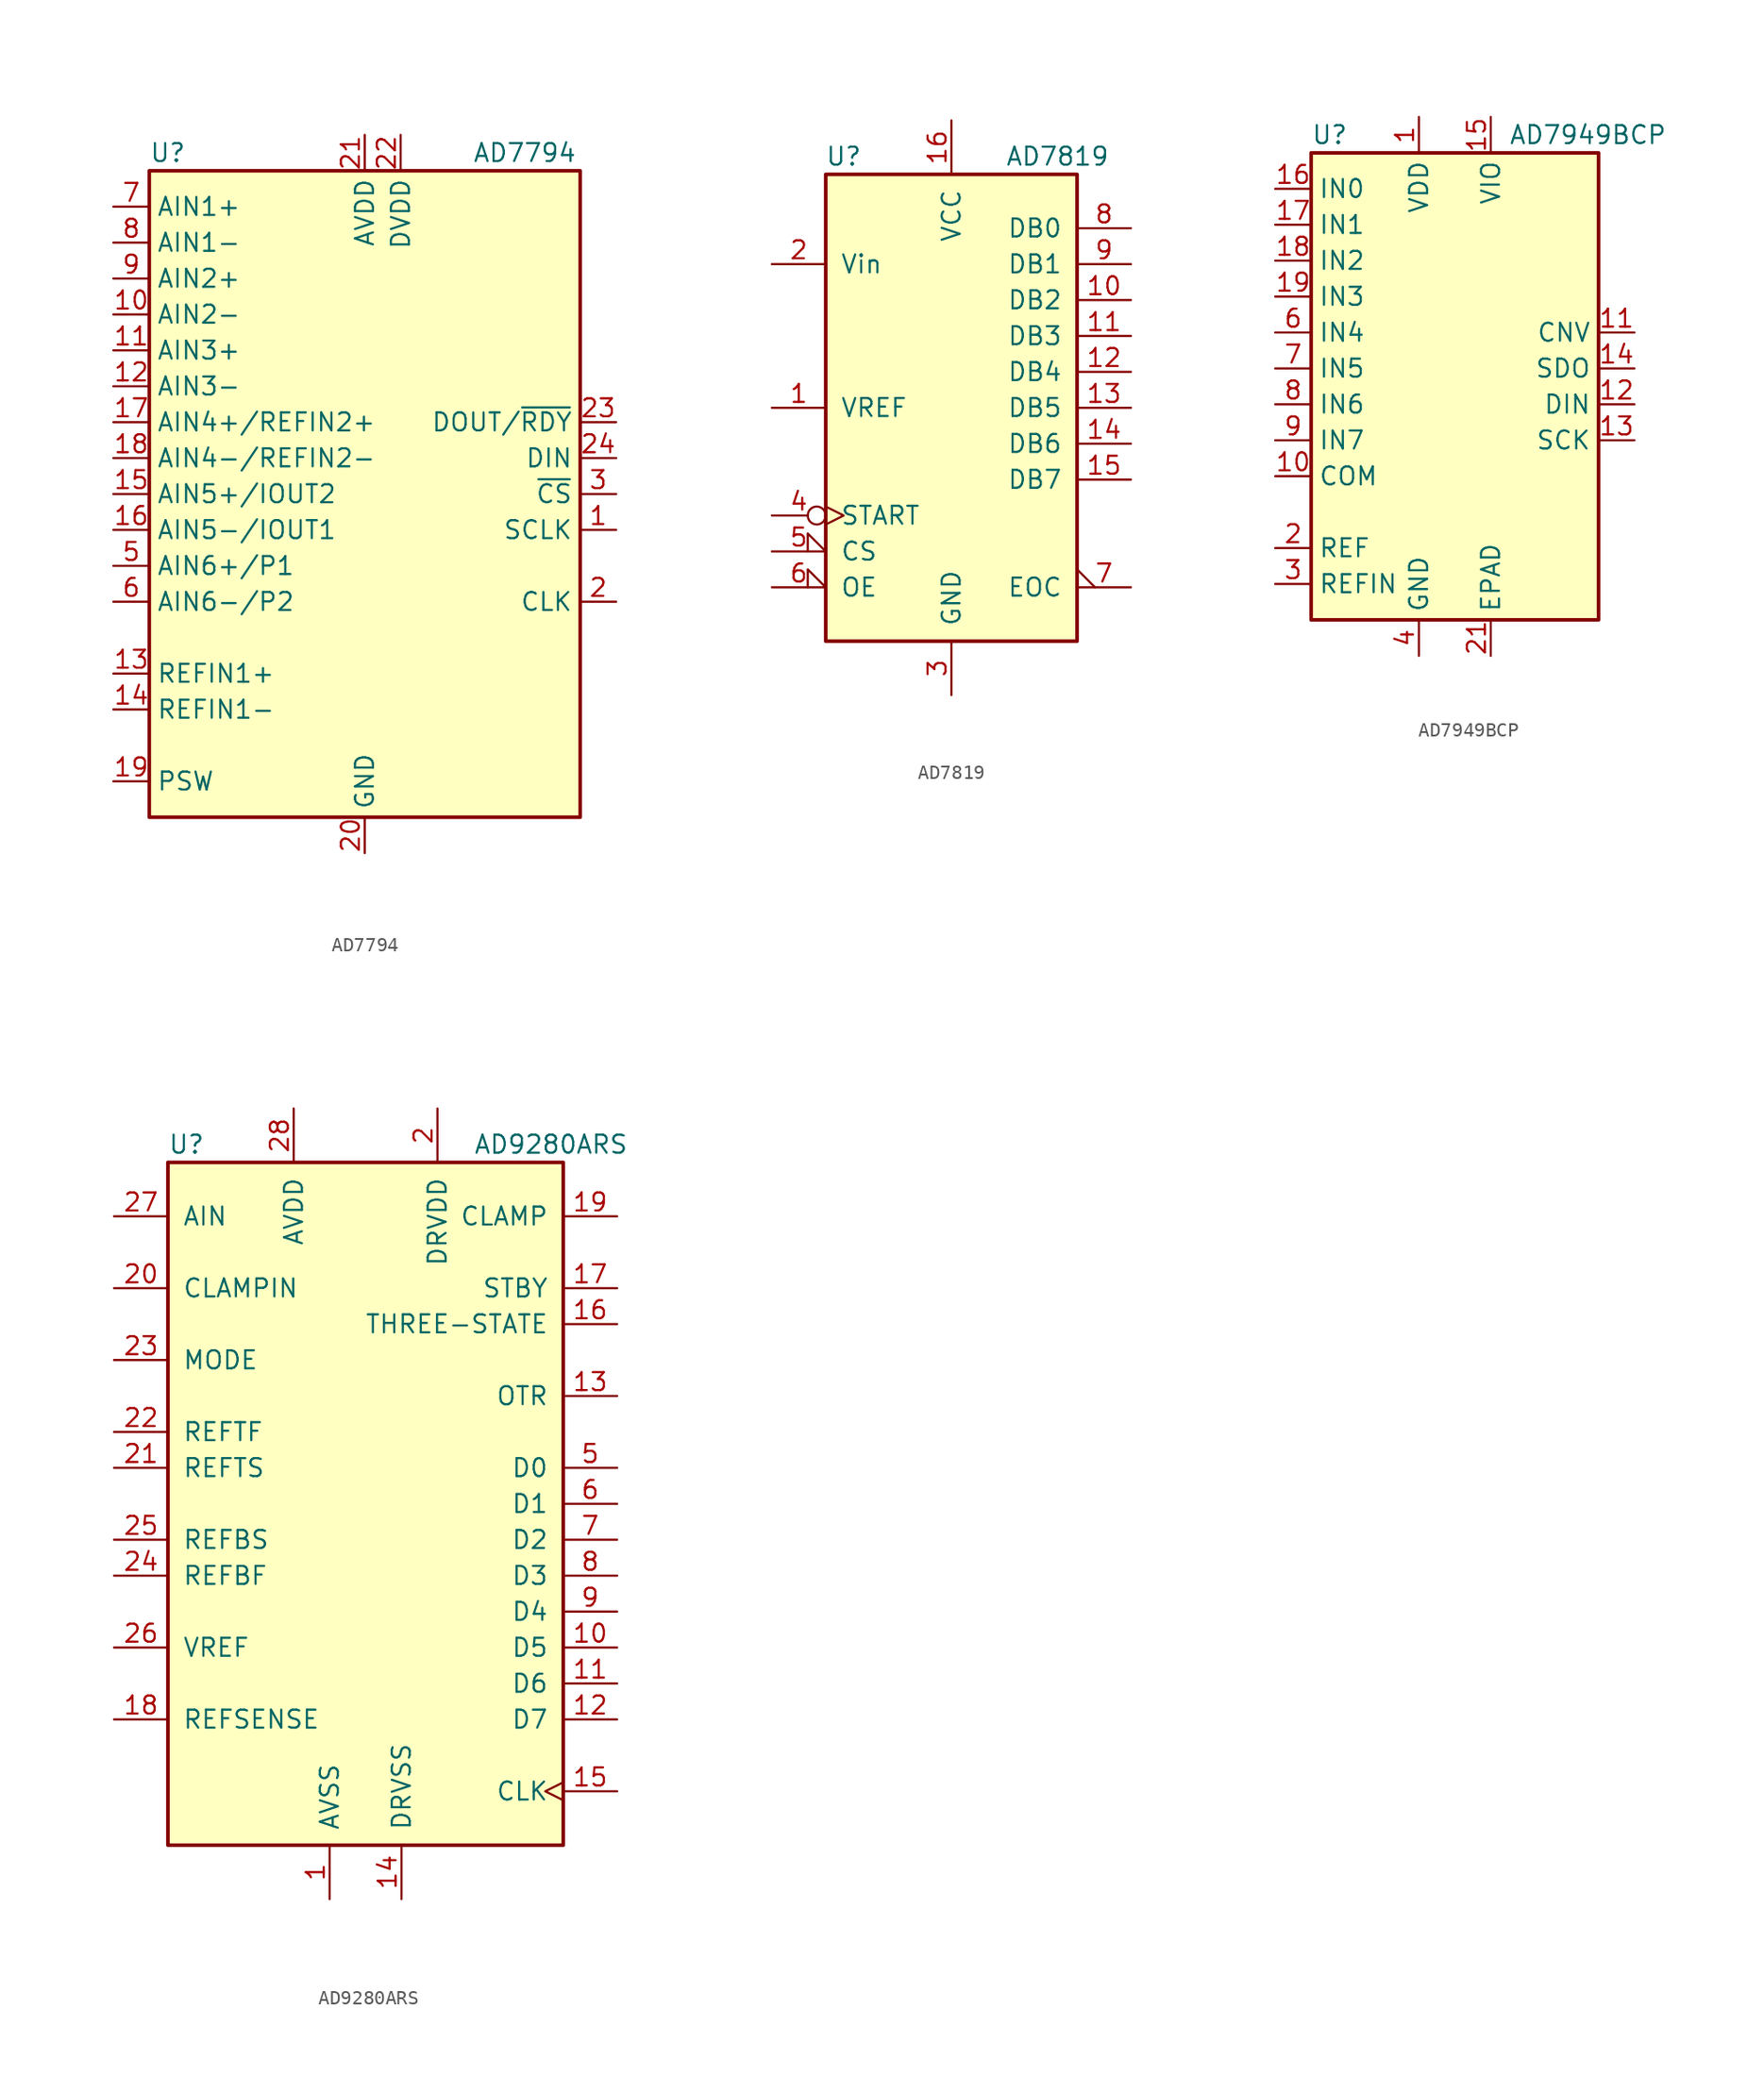
<source format=kicad_sym>
(kicad_symbol_lib
  (version 20201005)
  (generator kicad_symbol_editor)
  (symbol "Analog_ADC:AD7794"
    (property "Reference" "U"
      (at -15.24 24.13 0)
      (effects (font (size 1.27 1.27)) (justify left)))
    (property "Value" "AD7794"
      (at 7.62 24.13 0)
      (effects (font (size 1.27 1.27)) (justify left)))
    (symbol "AD7794_0_1"
      (rectangle (start -15.24 22.86) (end 15.24 -22.86) (stroke (width 0.254)) (fill (type background))))
    (symbol "AD7794_1_1"
      (pin input line (at 17.78 -2.54 180) (length 2.54) (name "SCLK" (effects (font (size 1.27 1.27)))) (number "1" (effects (font (size 1.27 1.27)))))
      (pin input line (at -17.78 12.7 0) (length 2.54) (name "AIN2-" (effects (font (size 1.27 1.27)))) (number "10" (effects (font (size 1.27 1.27)))))
      (pin input line (at -17.78 10.16 0) (length 2.54) (name "AIN3+" (effects (font (size 1.27 1.27)))) (number "11" (effects (font (size 1.27 1.27)))))
      (pin input line (at -17.78 7.62 0) (length 2.54) (name "AIN3-" (effects (font (size 1.27 1.27)))) (number "12" (effects (font (size 1.27 1.27)))))
      (pin input line (at -17.78 -12.7 0) (length 2.54) (name "REFIN1+" (effects (font (size 1.27 1.27)))) (number "13" (effects (font (size 1.27 1.27)))))
      (pin input line (at -17.78 -15.24 0) (length 2.54) (name "REFIN1-" (effects (font (size 1.27 1.27)))) (number "14" (effects (font (size 1.27 1.27)))))
      (pin input line (at -17.78 0 0) (length 2.54) (name "AIN5+/IOUT2" (effects (font (size 1.27 1.27)))) (number "15" (effects (font (size 1.27 1.27)))))
      (pin input line (at -17.78 -2.54 0) (length 2.54) (name "AIN5-/IOUT1" (effects (font (size 1.27 1.27)))) (number "16" (effects (font (size 1.27 1.27)))))
      (pin input line (at -17.78 5.08 0) (length 2.54) (name "AIN4+/REFIN2+" (effects (font (size 1.27 1.27)))) (number "17" (effects (font (size 1.27 1.27)))))
      (pin input line (at -17.78 2.54 0) (length 2.54) (name "AIN4-/REFIN2-" (effects (font (size 1.27 1.27)))) (number "18" (effects (font (size 1.27 1.27)))))
      (pin passive line (at -17.78 -20.32 0) (length 2.54) (name "PSW" (effects (font (size 1.27 1.27)))) (number "19" (effects (font (size 1.27 1.27)))))
      (pin bidirectional line (at 17.78 -7.62 180) (length 2.54) (name "CLK" (effects (font (size 1.27 1.27)))) (number "2" (effects (font (size 1.27 1.27)))))
      (pin power_in line (at 0 -25.4 90) (length 2.54) (name "GND" (effects (font (size 1.27 1.27)))) (number "20" (effects (font (size 1.27 1.27)))))
      (pin power_in line (at 0 25.4 270) (length 2.54) (name "AVDD" (effects (font (size 1.27 1.27)))) (number "21" (effects (font (size 1.27 1.27)))))
      (pin power_in line (at 2.54 25.4 270) (length 2.54) (name "DVDD" (effects (font (size 1.27 1.27)))) (number "22" (effects (font (size 1.27 1.27)))))
      (pin output line (at 17.78 5.08 180) (length 2.54) (name "DOUT/~RDY" (effects (font (size 1.27 1.27)))) (number "23" (effects (font (size 1.27 1.27)))))
      (pin input line (at 17.78 2.54 180) (length 2.54) (name "DIN" (effects (font (size 1.27 1.27)))) (number "24" (effects (font (size 1.27 1.27)))))
      (pin input line (at 17.78 0 180) (length 2.54) (name "~CS" (effects (font (size 1.27 1.27)))) (number "3" (effects (font (size 1.27 1.27)))))
      (pin no_connect line (at 15.24 -20.32 180) (length 2.54) hide (name "NC" (effects (font (size 1.27 1.27)))) (number "4" (effects (font (size 1.27 1.27)))))
      (pin input line (at -17.78 -5.08 0) (length 2.54) (name "AIN6+/P1" (effects (font (size 1.27 1.27)))) (number "5" (effects (font (size 1.27 1.27)))))
      (pin input line (at -17.78 -7.62 0) (length 2.54) (name "AIN6-/P2" (effects (font (size 1.27 1.27)))) (number "6" (effects (font (size 1.27 1.27)))))
      (pin input line (at -17.78 20.32 0) (length 2.54) (name "AIN1+" (effects (font (size 1.27 1.27)))) (number "7" (effects (font (size 1.27 1.27)))))
      (pin input line (at -17.78 17.78 0) (length 2.54) (name "AIN1-" (effects (font (size 1.27 1.27)))) (number "8" (effects (font (size 1.27 1.27)))))
      (pin input line (at -17.78 15.24 0) (length 2.54) (name "AIN2+" (effects (font (size 1.27 1.27)))) (number "9" (effects (font (size 1.27 1.27)))))))
  (symbol "Analog_ADC:AD7819"
    (pin_names
      (offset 1.016))
    (property "Reference" "U"
      (at -7.62 17.78 0)
      (effects (font (size 1.27 1.27))))
    (property "Value" "AD7819"
      (at 3.81 17.78 0)
      (effects (font (size 1.27 1.27)) (justify left)))
    (symbol "AD7819_0_1"
      (rectangle (start -8.89 -16.51) (end 8.89 16.51) (stroke (width 0.254)) (fill (type background))))
    (symbol "AD7819_1_1"
      (pin input line (at -12.7 0 0) (length 3.81) (name "VREF" (effects (font (size 1.27 1.27)))) (number "1" (effects (font (size 1.27 1.27)))))
      (pin tri_state line (at 12.7 7.62 180) (length 3.81) (name "DB2" (effects (font (size 1.27 1.27)))) (number "10" (effects (font (size 1.27 1.27)))))
      (pin tri_state line (at 12.7 5.08 180) (length 3.81) (name "DB3" (effects (font (size 1.27 1.27)))) (number "11" (effects (font (size 1.27 1.27)))))
      (pin tri_state line (at 12.7 2.54 180) (length 3.81) (name "DB4" (effects (font (size 1.27 1.27)))) (number "12" (effects (font (size 1.27 1.27)))))
      (pin tri_state line (at 12.7 0 180) (length 3.81) (name "DB5" (effects (font (size 1.27 1.27)))) (number "13" (effects (font (size 1.27 1.27)))))
      (pin tri_state line (at 12.7 -2.54 180) (length 3.81) (name "DB6" (effects (font (size 1.27 1.27)))) (number "14" (effects (font (size 1.27 1.27)))))
      (pin tri_state line (at 12.7 -5.08 180) (length 3.81) (name "DB7" (effects (font (size 1.27 1.27)))) (number "15" (effects (font (size 1.27 1.27)))))
      (pin power_in line (at 0 20.32 270) (length 3.81) (name "VCC" (effects (font (size 1.27 1.27)))) (number "16" (effects (font (size 1.27 1.27)))))
      (pin input line (at -12.7 10.16 0) (length 3.81) (name "Vin" (effects (font (size 1.27 1.27)))) (number "2" (effects (font (size 1.27 1.27)))))
      (pin power_in line (at 0 -20.32 90) (length 3.81) (name "GND" (effects (font (size 1.27 1.27)))) (number "3" (effects (font (size 1.27 1.27)))))
      (pin input inverted_clock (at -12.7 -7.62 0) (length 3.81) (name "START" (effects (font (size 1.27 1.27)))) (number "4" (effects (font (size 1.27 1.27)))))
      (pin input input_low (at -12.7 -10.16 0) (length 3.81) (name "CS" (effects (font (size 1.27 1.27)))) (number "5" (effects (font (size 1.27 1.27)))))
      (pin input input_low (at -12.7 -12.7 0) (length 3.81) (name "OE" (effects (font (size 1.27 1.27)))) (number "6" (effects (font (size 1.27 1.27)))))
      (pin output output_low (at 12.7 -12.7 180) (length 3.81) (name "EOC" (effects (font (size 1.27 1.27)))) (number "7" (effects (font (size 1.27 1.27)))))
      (pin tri_state line (at 12.7 12.7 180) (length 3.81) (name "DB0" (effects (font (size 1.27 1.27)))) (number "8" (effects (font (size 1.27 1.27)))))
      (pin tri_state line (at 12.7 10.16 180) (length 3.81) (name "DB1" (effects (font (size 1.27 1.27)))) (number "9" (effects (font (size 1.27 1.27)))))))
  (symbol "Analog_ADC:AD7949BCP"
    (property "Reference" "U"
      (at -10.16 16.51 0)
      (effects (font (size 1.27 1.27)) (justify left)))
    (property "Value" "AD7949BCP"
      (at 3.81 16.51 0)
      (effects (font (size 1.27 1.27)) (justify left)))
    (symbol "AD7949BCP_0_1"
      (rectangle (start -10.16 15.24) (end 10.16 -17.78) (stroke (width 0.254)) (fill (type background))))
    (symbol "AD7949BCP_1_1"
      (pin power_in line (at -2.54 17.78 270) (length 2.54) (name "VDD" (effects (font (size 1.27 1.27)))) (number "1" (effects (font (size 1.27 1.27)))))
      (pin input line (at -12.7 -7.62 0) (length 2.54) (name "COM" (effects (font (size 1.27 1.27)))) (number "10" (effects (font (size 1.27 1.27)))))
      (pin input line (at 12.7 2.54 180) (length 2.54) (name "CNV" (effects (font (size 1.27 1.27)))) (number "11" (effects (font (size 1.27 1.27)))))
      (pin input line (at 12.7 -2.54 180) (length 2.54) (name "DIN" (effects (font (size 1.27 1.27)))) (number "12" (effects (font (size 1.27 1.27)))))
      (pin input line (at 12.7 -5.08 180) (length 2.54) (name "SCK" (effects (font (size 1.27 1.27)))) (number "13" (effects (font (size 1.27 1.27)))))
      (pin output line (at 12.7 0 180) (length 2.54) (name "SDO" (effects (font (size 1.27 1.27)))) (number "14" (effects (font (size 1.27 1.27)))))
      (pin power_in line (at 2.54 17.78 270) (length 2.54) (name "VIO" (effects (font (size 1.27 1.27)))) (number "15" (effects (font (size 1.27 1.27)))))
      (pin input line (at -12.7 12.7 0) (length 2.54) (name "IN0" (effects (font (size 1.27 1.27)))) (number "16" (effects (font (size 1.27 1.27)))))
      (pin input line (at -12.7 10.16 0) (length 2.54) (name "IN1" (effects (font (size 1.27 1.27)))) (number "17" (effects (font (size 1.27 1.27)))))
      (pin input line (at -12.7 7.62 0) (length 2.54) (name "IN2" (effects (font (size 1.27 1.27)))) (number "18" (effects (font (size 1.27 1.27)))))
      (pin input line (at -12.7 5.08 0) (length 2.54) (name "IN3" (effects (font (size 1.27 1.27)))) (number "19" (effects (font (size 1.27 1.27)))))
      (pin passive line (at -12.7 -12.7 0) (length 2.54) (name "REF" (effects (font (size 1.27 1.27)))) (number "2" (effects (font (size 1.27 1.27)))))
      (pin passive line (at -2.54 17.78 270) (length 2.54) hide (name "VDD" (effects (font (size 1.27 1.27)))) (number "20" (effects (font (size 1.27 1.27)))))
      (pin power_in line (at 2.54 -20.32 90) (length 2.54) (name "EPAD" (effects (font (size 1.27 1.27)))) (number "21" (effects (font (size 1.27 1.27)))))
      (pin passive line (at -12.7 -15.24 0) (length 2.54) (name "REFIN" (effects (font (size 1.27 1.27)))) (number "3" (effects (font (size 1.27 1.27)))))
      (pin power_in line (at -2.54 -20.32 90) (length 2.54) (name "GND" (effects (font (size 1.27 1.27)))) (number "4" (effects (font (size 1.27 1.27)))))
      (pin passive line (at -2.54 -20.32 90) (length 2.54) hide (name "GND" (effects (font (size 1.27 1.27)))) (number "5" (effects (font (size 1.27 1.27)))))
      (pin input line (at -12.7 2.54 0) (length 2.54) (name "IN4" (effects (font (size 1.27 1.27)))) (number "6" (effects (font (size 1.27 1.27)))))
      (pin input line (at -12.7 0 0) (length 2.54) (name "IN5" (effects (font (size 1.27 1.27)))) (number "7" (effects (font (size 1.27 1.27)))))
      (pin input line (at -12.7 -2.54 0) (length 2.54) (name "IN6" (effects (font (size 1.27 1.27)))) (number "8" (effects (font (size 1.27 1.27)))))
      (pin input line (at -12.7 -5.08 0) (length 2.54) (name "IN7" (effects (font (size 1.27 1.27)))) (number "9" (effects (font (size 1.27 1.27)))))))
  (symbol "Analog_ADC:AD9280ARS"
    (pin_names
      (offset 1.016))
    (property "Reference" "U"
      (at -13.97 25.4 0)
      (effects (font (size 1.27 1.27)) (justify left)))
    (property "Value" "AD9280ARS"
      (at 7.62 25.4 0)
      (effects (font (size 1.27 1.27)) (justify left)))
    (symbol "AD9280ARS_0_1"
      (rectangle (start -13.97 24.13) (end 13.97 -24.13) (stroke (width 0.254)) (fill (type background))))
    (symbol "AD9280ARS_1_1"
      (pin power_in line (at -2.54 -27.94 90) (length 3.81) (name "AVSS" (effects (font (size 1.27 1.27)))) (number "1" (effects (font (size 1.27 1.27)))))
      (pin output line (at 17.78 -10.16 180) (length 3.81) (name "D5" (effects (font (size 1.27 1.27)))) (number "10" (effects (font (size 1.27 1.27)))))
      (pin output line (at 17.78 -12.7 180) (length 3.81) (name "D6" (effects (font (size 1.27 1.27)))) (number "11" (effects (font (size 1.27 1.27)))))
      (pin output line (at 17.78 -15.24 180) (length 3.81) (name "D7" (effects (font (size 1.27 1.27)))) (number "12" (effects (font (size 1.27 1.27)))))
      (pin output line (at 17.78 7.62 180) (length 3.81) (name "OTR" (effects (font (size 1.27 1.27)))) (number "13" (effects (font (size 1.27 1.27)))))
      (pin power_in line (at 2.54 -27.94 90) (length 3.81) (name "DRVSS" (effects (font (size 1.27 1.27)))) (number "14" (effects (font (size 1.27 1.27)))))
      (pin input clock (at 17.78 -20.32 180) (length 3.81) (name "CLK" (effects (font (size 1.27 1.27)))) (number "15" (effects (font (size 1.27 1.27)))))
      (pin input line (at 17.78 12.7 180) (length 3.81) (name "THREE-STATE" (effects (font (size 1.27 1.27)))) (number "16" (effects (font (size 1.27 1.27)))))
      (pin passive line (at 17.78 15.24 180) (length 3.81) (name "STBY" (effects (font (size 1.27 1.27)))) (number "17" (effects (font (size 1.27 1.27)))))
      (pin input line (at -17.78 -15.24 0) (length 3.81) (name "REFSENSE" (effects (font (size 1.27 1.27)))) (number "18" (effects (font (size 1.27 1.27)))))
      (pin passive line (at 17.78 20.32 180) (length 3.81) (name "CLAMP" (effects (font (size 1.27 1.27)))) (number "19" (effects (font (size 1.27 1.27)))))
      (pin power_in line (at 5.08 27.94 270) (length 3.81) (name "DRVDD" (effects (font (size 1.27 1.27)))) (number "2" (effects (font (size 1.27 1.27)))))
      (pin input line (at -17.78 15.24 0) (length 3.81) (name "CLAMPIN" (effects (font (size 1.27 1.27)))) (number "20" (effects (font (size 1.27 1.27)))))
      (pin input line (at -17.78 2.54 0) (length 3.81) (name "REFTS" (effects (font (size 1.27 1.27)))) (number "21" (effects (font (size 1.27 1.27)))))
      (pin input line (at -17.78 5.08 0) (length 3.81) (name "REFTF" (effects (font (size 1.27 1.27)))) (number "22" (effects (font (size 1.27 1.27)))))
      (pin input line (at -17.78 10.16 0) (length 3.81) (name "MODE" (effects (font (size 1.27 1.27)))) (number "23" (effects (font (size 1.27 1.27)))))
      (pin input line (at -17.78 -5.08 0) (length 3.81) (name "REFBF" (effects (font (size 1.27 1.27)))) (number "24" (effects (font (size 1.27 1.27)))))
      (pin input line (at -17.78 -2.54 0) (length 3.81) (name "REFBS" (effects (font (size 1.27 1.27)))) (number "25" (effects (font (size 1.27 1.27)))))
      (pin output line (at -17.78 -10.16 0) (length 3.81) (name "VREF" (effects (font (size 1.27 1.27)))) (number "26" (effects (font (size 1.27 1.27)))))
      (pin input line (at -17.78 20.32 0) (length 3.81) (name "AIN" (effects (font (size 1.27 1.27)))) (number "27" (effects (font (size 1.27 1.27)))))
      (pin power_in line (at -5.08 27.94 270) (length 3.81) (name "AVDD" (effects (font (size 1.27 1.27)))) (number "28" (effects (font (size 1.27 1.27)))))
      (pin output line (at 17.78 2.54 180) (length 3.81) (name "D0" (effects (font (size 1.27 1.27)))) (number "5" (effects (font (size 1.27 1.27)))))
      (pin output line (at 17.78 0 180) (length 3.81) (name "D1" (effects (font (size 1.27 1.27)))) (number "6" (effects (font (size 1.27 1.27)))))
      (pin output line (at 17.78 -2.54 180) (length 3.81) (name "D2" (effects (font (size 1.27 1.27)))) (number "7" (effects (font (size 1.27 1.27)))))
      (pin output line (at 17.78 -5.08 180) (length 3.81) (name "D3" (effects (font (size 1.27 1.27)))) (number "8" (effects (font (size 1.27 1.27)))))
      (pin output line (at 17.78 -7.62 180) (length 3.81) (name "D4" (effects (font (size 1.27 1.27)))) (number "9" (effects (font (size 1.27 1.27))))))))
</source>
